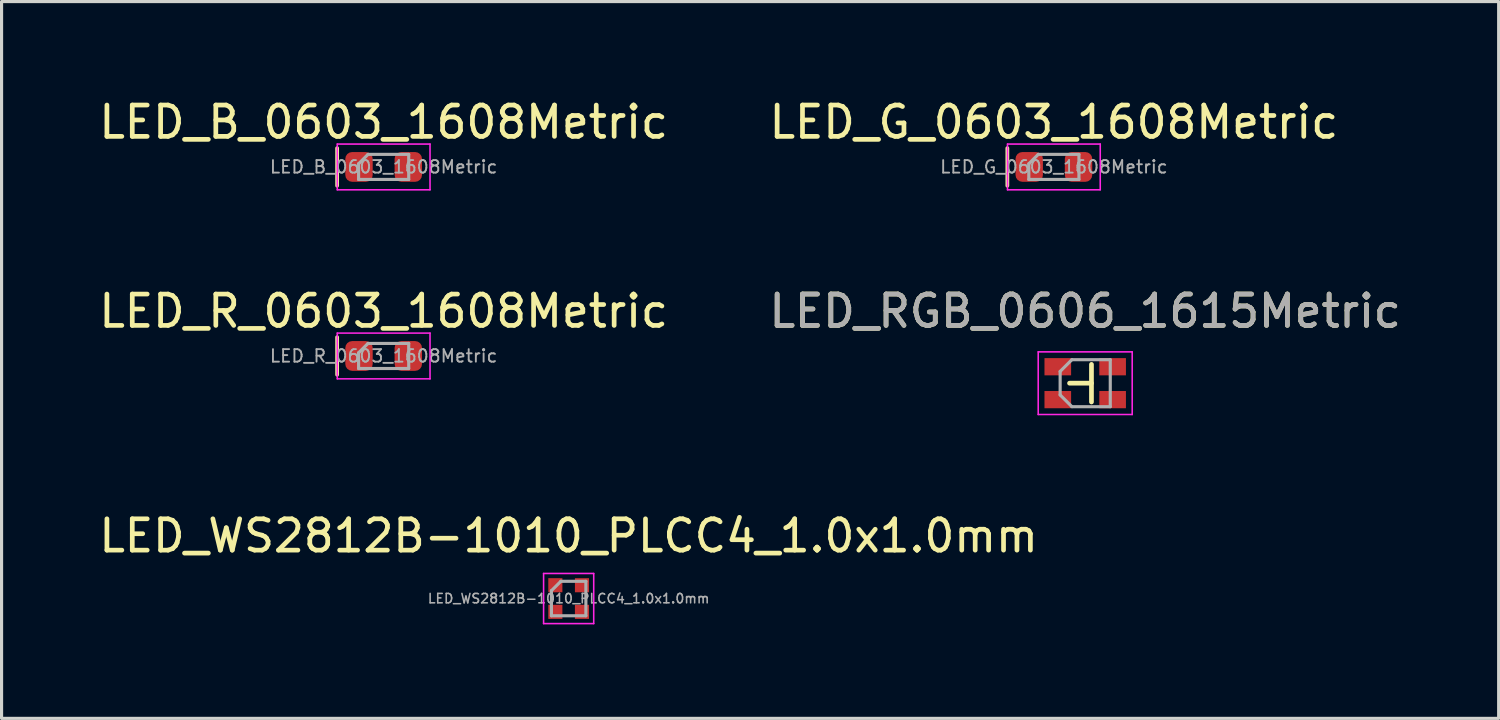
<source format=kicad_pcb>
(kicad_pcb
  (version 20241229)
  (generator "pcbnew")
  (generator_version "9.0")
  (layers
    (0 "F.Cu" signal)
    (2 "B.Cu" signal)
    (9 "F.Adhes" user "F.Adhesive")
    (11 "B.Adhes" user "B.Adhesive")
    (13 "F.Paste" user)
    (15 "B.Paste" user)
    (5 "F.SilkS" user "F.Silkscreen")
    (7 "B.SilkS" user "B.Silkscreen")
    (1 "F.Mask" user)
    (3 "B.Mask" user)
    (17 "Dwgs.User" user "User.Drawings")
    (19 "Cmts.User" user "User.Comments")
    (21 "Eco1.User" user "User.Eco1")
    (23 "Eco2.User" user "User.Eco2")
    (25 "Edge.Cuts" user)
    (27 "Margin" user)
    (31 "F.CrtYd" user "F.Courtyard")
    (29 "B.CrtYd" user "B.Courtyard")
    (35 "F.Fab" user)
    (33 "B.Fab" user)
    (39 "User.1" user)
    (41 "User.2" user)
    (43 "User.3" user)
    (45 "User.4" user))
  (footprint "LED_RGB_0606_1615Metric"
    (layer "F.Cu")
    (at 31.589 9.181)
    (property "Reference" "LED_RGB_0606_1615Metric" (at 0 -2.3 0) (layer "F.SilkS") (effects (font (size 1 1) (thickness 0.15))))
    (attr smd)
    (fp_line (start 0.2 -0.6) (end 0.2 0.6) (stroke (width 0.15) (type solid)) (layer "F.SilkS"))
    (fp_line (start 0.2 0) (end -0.5 0) (stroke (width 0.15) (type solid)) (layer "F.SilkS"))
    (fp_line (start -1.5 -1) (end -1.5 1) (stroke (width 0.05) (type solid)) (layer "F.CrtYd"))
    (fp_line (start -1.5 1) (end 1.5 1) (stroke (width 0.05) (type solid)) (layer "F.CrtYd"))
    (fp_line (start 1.5 -1) (end -1.5 -1) (stroke (width 0.05) (type solid)) (layer "F.CrtYd"))
    (fp_line (start 1.5 1) (end 1.5 -1) (stroke (width 0.05) (type solid)) (layer "F.CrtYd"))
    (fp_line (start -0.8 -0.375) (end -0.8 0.375) (stroke (width 0.1) (type solid)) (layer "F.Fab"))
    (fp_line (start -0.8 -0.375) (end -0.425 -0.75) (stroke (width 0.1) (type solid)) (layer "F.Fab"))
    (fp_line (start -0.425 -0.75) (end 0.8 -0.75) (stroke (width 0.1) (type solid)) (layer "F.Fab"))
    (fp_line (start -0.425 0.75) (end -0.8 0.375) (stroke (width 0.1) (type solid)) (layer "F.Fab"))
    (fp_line (start 0.8 -0.75) (end 0.8 0.75) (stroke (width 0.1) (type solid)) (layer "F.Fab"))
    (fp_line (start 0.8 0.75) (end -0.425 0.75) (stroke (width 0.1) (type solid)) (layer "F.Fab"))
    (fp_text user "${REFERENCE}" (at 0 -2.3 0) (layer "F.Fab") (effects (font (size 1 1) (thickness 0.15))))
    (pad "1" smd rect (at 0.875 -0.525) (size 0.85 0.55) (layers "F.Cu" "F.Mask" "F.Paste"))
    (pad "2" smd rect (at -0.875 -0.525) (size 0.85 0.55) (layers "F.Cu" "F.Mask" "F.Paste"))
    (pad "3" smd rect (at 0.875 0.525) (size 0.85 0.55) (layers "F.Cu" "F.Mask" "F.Paste"))
    (pad "4" smd rect (at -0.875 0.525) (size 0.85 0.55) (layers "F.Cu" "F.Mask" "F.Paste"))
    (zone (net_name "") (layer "F.Cu") (hatch edge 0.5) (connect_pads) (min_thickness 0.25) (filled_areas_thickness no) (keepout (tracks allowed) (vias allowed) (pads allowed) (copperpour not_allowed) (footprints allowed)) (placement (enabled no)) (fill) (polygon (pts (xy 30.089 10.181) (xy 33.089 10.181) (xy 33.089 8.181) (xy 30.089 8.181)))))
  (footprint "LED_R_0603_1608Metric"
    (layer "F.Cu")
    (at 9.196 8.312)
    (property "Reference" "LED_R_0603_1608Metric" (at 0 -1.43 0) (layer "F.SilkS") (effects (font (size 1 1) (thickness 0.15))))
    (attr smd)
    (fp_line (start -1.485 -0.6) (end -1.485 0.6) (stroke (width 0.12) (type solid)) (layer "F.SilkS"))
    (fp_line (start -1.48 -0.73) (end 1.48 -0.73) (stroke (width 0.05) (type solid)) (layer "F.CrtYd"))
    (fp_line (start -1.48 0.73) (end -1.48 -0.73) (stroke (width 0.05) (type solid)) (layer "F.CrtYd"))
    (fp_line (start 1.48 -0.73) (end 1.48 0.73) (stroke (width 0.05) (type solid)) (layer "F.CrtYd"))
    (fp_line (start 1.48 0.73) (end -1.48 0.73) (stroke (width 0.05) (type solid)) (layer "F.CrtYd"))
    (fp_line (start -0.8 -0.1) (end -0.8 0.4) (stroke (width 0.1) (type solid)) (layer "F.Fab"))
    (fp_line (start -0.8 0.4) (end 0.8 0.4) (stroke (width 0.1) (type solid)) (layer "F.Fab"))
    (fp_line (start -0.5 -0.4) (end -0.8 -0.1) (stroke (width 0.1) (type solid)) (layer "F.Fab"))
    (fp_line (start 0.8 -0.4) (end -0.5 -0.4) (stroke (width 0.1) (type solid)) (layer "F.Fab"))
    (fp_line (start 0.8 0.4) (end 0.8 -0.4) (stroke (width 0.1) (type solid)) (layer "F.Fab"))
    (fp_text user "${REFERENCE}" (at 0 0 0) (layer "F.Fab") (effects (font (size 0.4 0.4) (thickness 0.06))))
    (pad "1" smd roundrect (at -0.787 0) (size 0.875 0.95) (layers "F.Cu" "F.Mask" "F.Paste") (roundrect_rratio 0.25))
    (pad "2" smd roundrect (at 0.787 0) (size 0.875 0.95) (layers "F.Cu" "F.Mask" "F.Paste") (roundrect_rratio 0.25))
    (zone (net_name "") (layer "F.Cu") (hatch edge 0.5) (connect_pads) (min_thickness 0.25) (filled_areas_thickness no) (keepout (tracks allowed) (vias allowed) (pads allowed) (copperpour not_allowed) (footprints allowed)) (placement (enabled no)) (fill) (polygon (pts (xy 7.721 9.037) (xy 10.671 9.037) (xy 10.671 7.587) (xy 7.721 7.587)))))
  (footprint "LED_WS2812B-1010_PLCC4_1.0x1.0mm"
    (layer "F.Cu")
    (at 15.101 16.055)
    (property "Reference" "LED_WS2812B-1010_PLCC4_1.0x1.0mm" (at 0 -2 0) (layer "F.SilkS") (effects (font (size 1 1) (thickness 0.15))))
    (attr smd)
    (fp_line (start -0.8 -0.8) (end -0.8 0.8) (stroke (width 0.05) (type solid)) (layer "F.CrtYd"))
    (fp_line (start -0.8 0.8) (end 0.8 0.8) (stroke (width 0.05) (type solid)) (layer "F.CrtYd"))
    (fp_line (start 0.8 -0.8) (end -0.8 -0.8) (stroke (width 0.05) (type solid)) (layer "F.CrtYd"))
    (fp_line (start 0.8 0.8) (end 0.8 -0.8) (stroke (width 0.05) (type solid)) (layer "F.CrtYd"))
    (fp_line (start -0.55 -0.25) (end -0.55 0.55) (stroke (width 0.1) (type solid)) (layer "F.Fab"))
    (fp_line (start -0.55 0.55) (end 0.55 0.55) (stroke (width 0.1) (type solid)) (layer "F.Fab"))
    (fp_line (start -0.25 -0.55) (end -0.55 -0.25) (stroke (width 0.1) (type solid)) (layer "F.Fab"))
    (fp_line (start 0.55 -0.55) (end -0.25 -0.55) (stroke (width 0.1) (type solid)) (layer "F.Fab"))
    (fp_line (start 0.55 -0.55) (end 0.55 0.55) (stroke (width 0.1) (type solid)) (layer "F.Fab"))
    (fp_text user "${REFERENCE}" (at 0 0 0) (layer "F.Fab") (effects (font (size 0.3 0.3) (thickness 0.05) (bold yes))))
    (pad "1" smd rect (at -0.425 -0.425) (size 0.45 0.45) (layers "F.Cu" "F.Mask" "F.Paste"))
    (pad "2" smd rect (at 0.425 -0.425) (size 0.45 0.45) (layers "F.Cu" "F.Mask" "F.Paste"))
    (pad "3" smd rect (at -0.425 0.425) (size 0.45 0.45) (layers "F.Cu" "F.Mask" "F.Paste"))
    (pad "4" smd rect (at 0.425 0.425) (size 0.45 0.45) (layers "F.Cu" "F.Mask" "F.Paste"))
    (zone (net_name "") (layer "F.Cu") (hatch edge 0.5) (connect_pads) (min_thickness 0.25) (filled_areas_thickness no) (keepout (tracks allowed) (vias allowed) (pads allowed) (copperpour not_allowed) (footprints allowed)) (placement (enabled no)) (fill) (polygon (pts (xy 14.301 16.855) (xy 15.901 16.855) (xy 15.901 15.255) (xy 14.301 15.255)))))
  (footprint "LED_G_0603_1608Metric"
    (layer "F.Cu")
    (at 30.589 2.278)
    (property "Reference" "LED_G_0603_1608Metric" (at 0 -1.43 0) (layer "F.SilkS") (effects (font (size 1 1) (thickness 0.15))))
    (attr smd)
    (fp_line (start -1.485 -0.6) (end -1.485 0.6) (stroke (width 0.12) (type solid)) (layer "F.SilkS"))
    (fp_line (start -1.48 -0.73) (end 1.48 -0.73) (stroke (width 0.05) (type solid)) (layer "F.CrtYd"))
    (fp_line (start -1.48 0.73) (end -1.48 -0.73) (stroke (width 0.05) (type solid)) (layer "F.CrtYd"))
    (fp_line (start 1.48 -0.73) (end 1.48 0.73) (stroke (width 0.05) (type solid)) (layer "F.CrtYd"))
    (fp_line (start 1.48 0.73) (end -1.48 0.73) (stroke (width 0.05) (type solid)) (layer "F.CrtYd"))
    (fp_line (start -0.8 -0.1) (end -0.8 0.4) (stroke (width 0.1) (type solid)) (layer "F.Fab"))
    (fp_line (start -0.8 0.4) (end 0.8 0.4) (stroke (width 0.1) (type solid)) (layer "F.Fab"))
    (fp_line (start -0.5 -0.4) (end -0.8 -0.1) (stroke (width 0.1) (type solid)) (layer "F.Fab"))
    (fp_line (start 0.8 -0.4) (end -0.5 -0.4) (stroke (width 0.1) (type solid)) (layer "F.Fab"))
    (fp_line (start 0.8 0.4) (end 0.8 -0.4) (stroke (width 0.1) (type solid)) (layer "F.Fab"))
    (fp_text user "${REFERENCE}" (at 0 0 0) (layer "F.Fab") (effects (font (size 0.4 0.4) (thickness 0.06))))
    (pad "1" smd roundrect (at -0.787 0) (size 0.875 0.95) (layers "F.Cu" "F.Mask" "F.Paste") (roundrect_rratio 0.25))
    (pad "2" smd roundrect (at 0.787 0) (size 0.875 0.95) (layers "F.Cu" "F.Mask" "F.Paste") (roundrect_rratio 0.25))
    (zone (net_name "") (layer "F.Cu") (hatch edge 0.5) (connect_pads) (min_thickness 0.25) (filled_areas_thickness no) (keepout (tracks allowed) (vias allowed) (pads allowed) (copperpour not_allowed) (footprints allowed)) (placement (enabled no)) (fill) (polygon (pts (xy 29.114 3.003) (xy 32.064 3.003) (xy 32.064 1.553) (xy 29.114 1.553)))))
  (footprint "LED_B_0603_1608Metric"
    (layer "F.Cu")
    (at 9.196 2.278)
    (property "Reference" "LED_B_0603_1608Metric" (at 0 -1.43 0) (layer "F.SilkS") (effects (font (size 1 1) (thickness 0.15))))
    (attr smd)
    (fp_line (start -1.485 -0.6) (end -1.485 0.6) (stroke (width 0.12) (type solid)) (layer "F.SilkS"))
    (fp_line (start -1.48 -0.73) (end 1.48 -0.73) (stroke (width 0.05) (type solid)) (layer "F.CrtYd"))
    (fp_line (start -1.48 0.73) (end -1.48 -0.73) (stroke (width 0.05) (type solid)) (layer "F.CrtYd"))
    (fp_line (start 1.48 -0.73) (end 1.48 0.73) (stroke (width 0.05) (type solid)) (layer "F.CrtYd"))
    (fp_line (start 1.48 0.73) (end -1.48 0.73) (stroke (width 0.05) (type solid)) (layer "F.CrtYd"))
    (fp_line (start -0.8 -0.1) (end -0.8 0.4) (stroke (width 0.1) (type solid)) (layer "F.Fab"))
    (fp_line (start -0.8 0.4) (end 0.8 0.4) (stroke (width 0.1) (type solid)) (layer "F.Fab"))
    (fp_line (start -0.5 -0.4) (end -0.8 -0.1) (stroke (width 0.1) (type solid)) (layer "F.Fab"))
    (fp_line (start 0.8 -0.4) (end -0.5 -0.4) (stroke (width 0.1) (type solid)) (layer "F.Fab"))
    (fp_line (start 0.8 0.4) (end 0.8 -0.4) (stroke (width 0.1) (type solid)) (layer "F.Fab"))
    (fp_text user "${REFERENCE}" (at 0 0 0) (layer "F.Fab") (effects (font (size 0.4 0.4) (thickness 0.06))))
    (pad "1" smd roundrect (at -0.787 0) (size 0.875 0.95) (layers "F.Cu" "F.Mask" "F.Paste") (roundrect_rratio 0.25))
    (pad "2" smd roundrect (at 0.787 0) (size 0.875 0.95) (layers "F.Cu" "F.Mask" "F.Paste") (roundrect_rratio 0.25))
    (zone (net_name "") (layer "F.Cu") (hatch edge 0.5) (connect_pads) (min_thickness 0.25) (filled_areas_thickness no) (keepout (tracks allowed) (vias allowed) (pads allowed) (copperpour not_allowed) (footprints allowed)) (placement (enabled no)) (fill) (polygon (pts (xy 7.721 3.003) (xy 10.671 3.003) (xy 10.671 1.553) (xy 7.721 1.553)))))
  (gr_rect
    (start -3 -3)
    (end 44.786 19.88)
    (stroke (width 0.1) (type default))
    (fill no)
    (layer "Edge.Cuts")))
</source>
